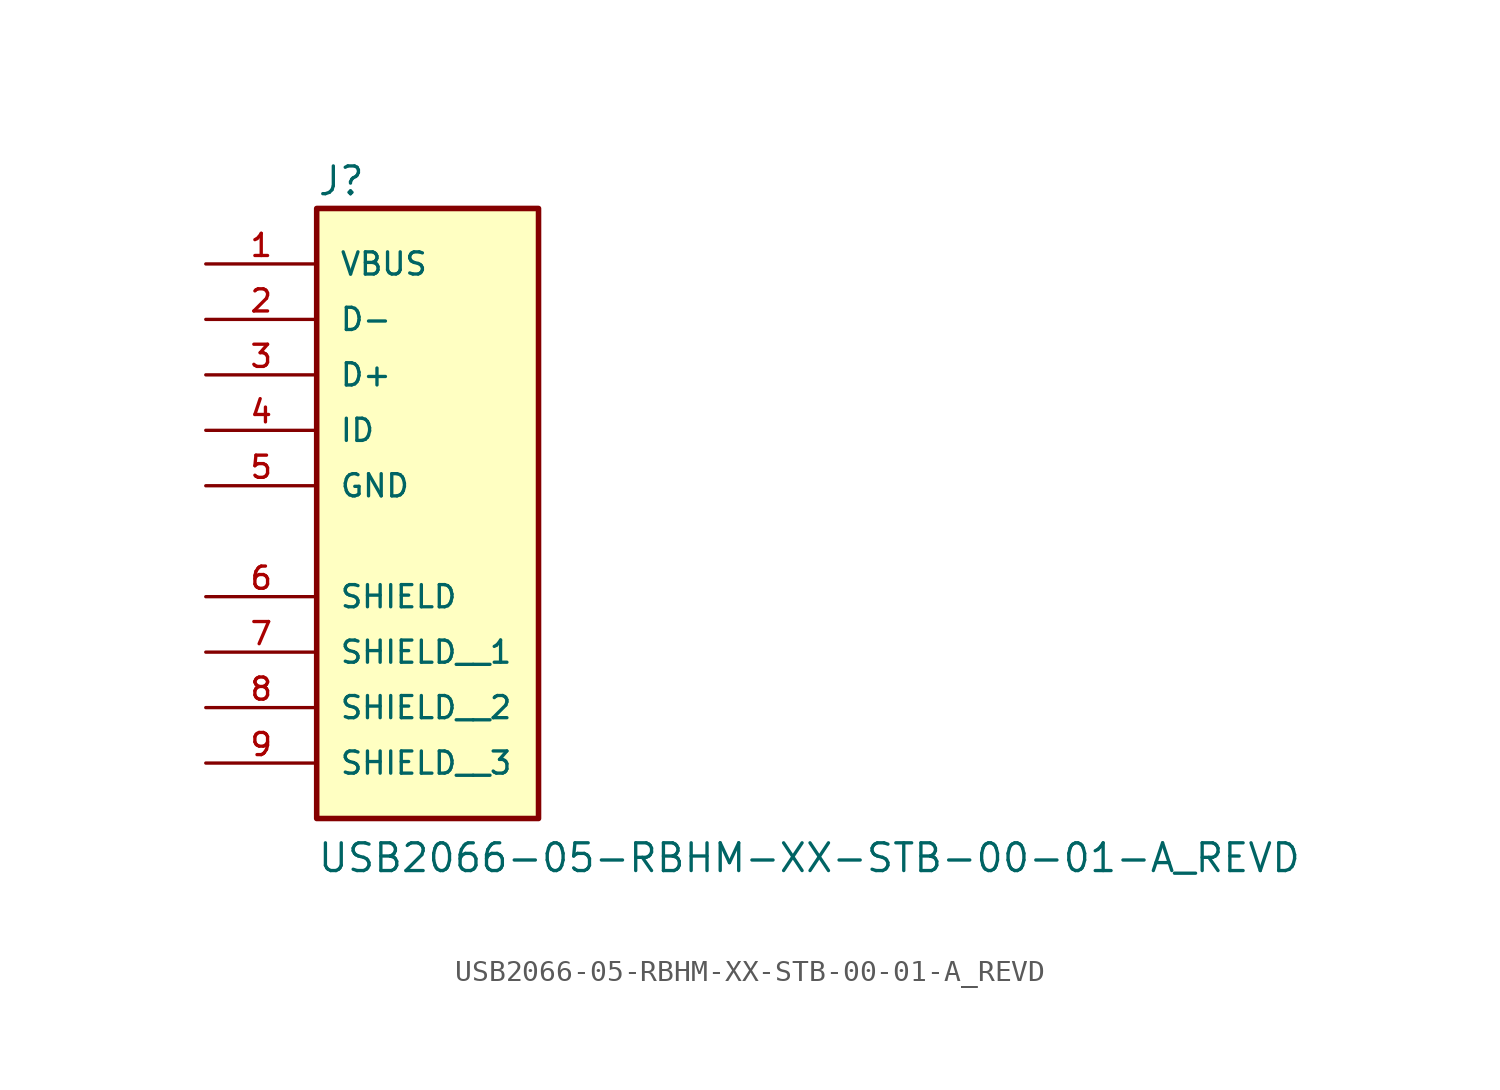
<source format=kicad_sym>
(kicad_symbol_lib
  (version 20211014)
  (generator kicad_symbol_editor)
  (symbol "USB2066-05-RBHM-XX-STB-00-01-A_REVD"
    (pin_names
      (offset 1.016))
    (property "Reference" "J"
      (at -5.083 10.675 0)
      (effects (font (size 1.27 1.27)) (justify bottom left)))
    (property "Value" "USB2066-05-RBHM-XX-STB-00-01-A_REVD"
      (at -5.083 -20.327 0)
      (effects (font (size 1.27 1.27)) (justify bottom left)))
    (symbol "USB2066-05-RBHM-XX-STB-00-01-A_REVD_0_0"
      (rectangle (start -5.08 -17.78) (end 5.08 10.16) (stroke (width 0.254)) (fill (type background)))
      (pin power_in line (at -10.16 7.62 0) (length 5.08) (name "VBUS" (effects (font (size 1.016 1.016)))) (number "1" (effects (font (size 1.016 1.016)))))
      (pin bidirectional line (at -10.16 5.08 0) (length 5.08) (name "D-" (effects (font (size 1.016 1.016)))) (number "2" (effects (font (size 1.016 1.016)))))
      (pin bidirectional line (at -10.16 2.54 0) (length 5.08) (name "D+" (effects (font (size 1.016 1.016)))) (number "3" (effects (font (size 1.016 1.016)))))
      (pin power_in line (at -10.16 -2.54 0) (length 5.08) (name "GND" (effects (font (size 1.016 1.016)))) (number "5" (effects (font (size 1.016 1.016)))))
      (pin passive line (at -10.16 -7.62 0) (length 5.08) (name "SHIELD" (effects (font (size 1.016 1.016)))) (number "6" (effects (font (size 1.016 1.016)))))
      (pin bidirectional line (at -10.16 0.0 0) (length 5.08) (name "ID" (effects (font (size 1.016 1.016)))) (number "4" (effects (font (size 1.016 1.016)))))
      (pin passive line (at -10.16 -10.16 0) (length 5.08) (name "SHIELD__1" (effects (font (size 1.016 1.016)))) (number "7" (effects (font (size 1.016 1.016)))))
      (pin passive line (at -10.16 -12.7 0) (length 5.08) (name "SHIELD__2" (effects (font (size 1.016 1.016)))) (number "8" (effects (font (size 1.016 1.016)))))
      (pin passive line (at -10.16 -15.24 0) (length 5.08) (name "SHIELD__3" (effects (font (size 1.016 1.016)))) (number "9" (effects (font (size 1.016 1.016))))))))
</source>
